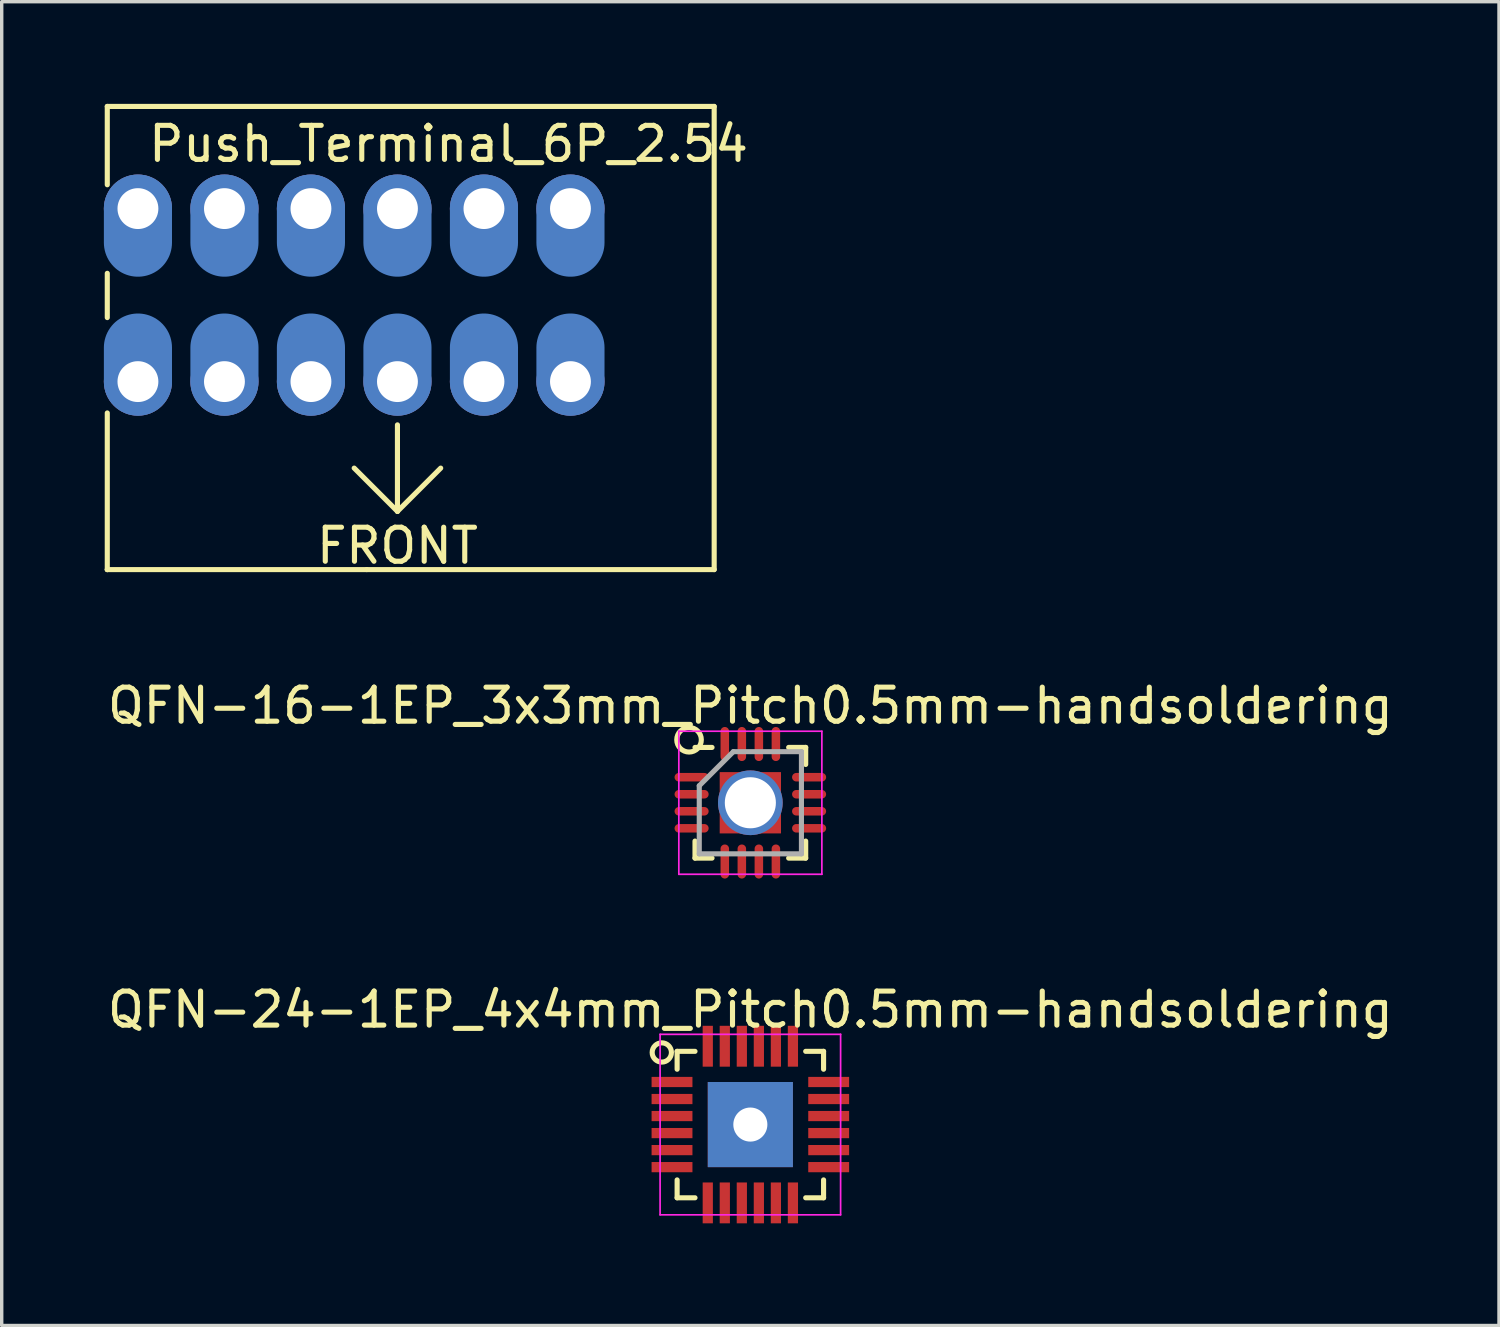
<source format=kicad_pcb>
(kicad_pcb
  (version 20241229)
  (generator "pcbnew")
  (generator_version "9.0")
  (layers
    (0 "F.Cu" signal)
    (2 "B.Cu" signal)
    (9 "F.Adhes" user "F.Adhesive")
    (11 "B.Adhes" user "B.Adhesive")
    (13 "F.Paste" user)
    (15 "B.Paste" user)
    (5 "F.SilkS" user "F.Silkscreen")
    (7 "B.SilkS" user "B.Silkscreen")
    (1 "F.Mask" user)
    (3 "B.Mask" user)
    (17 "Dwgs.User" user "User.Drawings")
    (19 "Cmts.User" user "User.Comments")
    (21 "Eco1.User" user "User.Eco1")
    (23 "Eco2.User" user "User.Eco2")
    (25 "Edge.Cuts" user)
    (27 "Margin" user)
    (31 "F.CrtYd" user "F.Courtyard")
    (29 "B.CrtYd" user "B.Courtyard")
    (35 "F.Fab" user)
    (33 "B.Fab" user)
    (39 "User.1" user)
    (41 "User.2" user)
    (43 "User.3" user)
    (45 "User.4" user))
  (footprint "QFN-16-1EP_3x3mm_Pitch0.5mm-handsoldering"
    (layer "F.Cu")
    (at 18.982 20.521)
    (property "Reference" "QFN-16-1EP_3x3mm_Pitch0.5mm-handsoldering" (at 0 -2.85 0) (layer "F.SilkS") (effects (font (size 1 1) (thickness 0.15))))
    (attr smd)
    (fp_line (start -1.625 -1.625) (end -1.125 -1.625) (stroke (width 0.15) (type solid)) (layer "F.SilkS"))
    (fp_line (start -1.625 1.625) (end -1.625 1.125) (stroke (width 0.15) (type solid)) (layer "F.SilkS"))
    (fp_line (start -1.625 1.625) (end -1.125 1.625) (stroke (width 0.15) (type solid)) (layer "F.SilkS"))
    (fp_line (start 1.625 -1.625) (end 1.125 -1.625) (stroke (width 0.15) (type solid)) (layer "F.SilkS"))
    (fp_line (start 1.625 -1.625) (end 1.625 -1.125) (stroke (width 0.15) (type solid)) (layer "F.SilkS"))
    (fp_line (start 1.625 1.625) (end 1.125 1.625) (stroke (width 0.15) (type solid)) (layer "F.SilkS"))
    (fp_line (start 1.625 1.625) (end 1.625 1.125) (stroke (width 0.15) (type solid)) (layer "F.SilkS"))
    (fp_circle (center -1.8 -1.85) (end -1.5 -1.65) (stroke (width 0.15) (type solid)) (fill no) (layer "F.SilkS"))
    (fp_line (start -2.1 -2.1) (end -2.1 2.1) (stroke (width 0.05) (type solid)) (layer "F.CrtYd"))
    (fp_line (start -2.1 -2.1) (end 2.1 -2.1) (stroke (width 0.05) (type solid)) (layer "F.CrtYd"))
    (fp_line (start -2.1 2.1) (end 2.1 2.1) (stroke (width 0.05) (type solid)) (layer "F.CrtYd"))
    (fp_line (start 2.1 -2.1) (end 2.1 2.1) (stroke (width 0.05) (type solid)) (layer "F.CrtYd"))
    (fp_line (start -1.5 -0.5) (end -0.5 -1.5) (stroke (width 0.15) (type solid)) (layer "F.Fab"))
    (fp_line (start -1.5 1.5) (end -1.5 -0.5) (stroke (width 0.15) (type solid)) (layer "F.Fab"))
    (fp_line (start -0.5 -1.5) (end 1.5 -1.5) (stroke (width 0.15) (type solid)) (layer "F.Fab"))
    (fp_line (start 1.5 -1.5) (end 1.5 1.5) (stroke (width 0.15) (type solid)) (layer "F.Fab"))
    (fp_line (start 1.5 1.5) (end -1.5 1.5) (stroke (width 0.15) (type solid)) (layer "F.Fab"))
    (pad "1" smd oval (at -1.725 -0.75) (size 1 0.25) (layers "F.Cu" "F.Mask" "F.Paste"))
    (pad "2" smd oval (at -1.725 -0.25) (size 1 0.25) (layers "F.Cu" "F.Mask" "F.Paste"))
    (pad "3" smd oval (at -1.725 0.25) (size 1 0.25) (layers "F.Cu" "F.Mask" "F.Paste"))
    (pad "4" smd oval (at -1.725 0.75) (size 1 0.25) (layers "F.Cu" "F.Mask" "F.Paste"))
    (pad "5" smd oval (at -0.75 1.725 90) (size 1 0.25) (layers "F.Cu" "F.Mask" "F.Paste"))
    (pad "6" smd oval (at -0.25 1.725 90) (size 1 0.25) (layers "F.Cu" "F.Mask" "F.Paste"))
    (pad "7" smd oval (at 0.25 1.725 90) (size 1 0.25) (layers "F.Cu" "F.Mask" "F.Paste"))
    (pad "8" smd oval (at 0.75 1.725 90) (size 1 0.25) (layers "F.Cu" "F.Mask" "F.Paste"))
    (pad "9" smd oval (at 1.725 0.75) (size 1 0.25) (layers "F.Cu" "F.Mask" "F.Paste"))
    (pad "10" smd oval (at 1.725 0.25) (size 1 0.25) (layers "F.Cu" "F.Mask" "F.Paste"))
    (pad "11" smd oval (at 1.725 -0.25) (size 1 0.25) (layers "F.Cu" "F.Mask" "F.Paste"))
    (pad "12" smd oval (at 1.725 -0.75) (size 1 0.25) (layers "F.Cu" "F.Mask" "F.Paste"))
    (pad "13" smd oval (at 0.75 -1.725 90) (size 1 0.25) (layers "F.Cu" "F.Mask" "F.Paste"))
    (pad "14" smd oval (at 0.25 -1.725 90) (size 1 0.25) (layers "F.Cu" "F.Mask" "F.Paste"))
    (pad "15" smd oval (at -0.25 -1.725 90) (size 1 0.25) (layers "F.Cu" "F.Mask" "F.Paste"))
    (pad "16" smd oval (at -0.75 -1.725 90) (size 1 0.25) (layers "F.Cu" "F.Mask" "F.Paste"))
    (pad "17" smd rect (at -0.45 -0.45) (size 0.9 0.9) (layers "F.Cu" "F.Mask" "F.Paste"))
    (pad "17" smd rect (at -0.45 0.45) (size 0.9 0.9) (layers "F.Cu" "F.Mask" "F.Paste"))
    (pad "17" thru_hole circle (at 0 0) (size 1.9 1.9) (drill 1.5) (layers "*.Cu" "*.Mask"))
    (pad "17" smd rect (at 0.45 -0.45) (size 0.9 0.9) (layers "F.Cu" "F.Mask" "F.Paste"))
    (pad "17" smd rect (at 0.45 0.45) (size 0.9 0.9) (layers "F.Cu" "F.Mask" "F.Paste")))
  (footprint "Push_Terminal_6P_2.54"
    (layer "F.Cu")
    (at 8.62 3.075)
    (property "Reference" "Push_Terminal_6P_2.54" (at 1.5 -1.9 0) (layer "F.SilkS") (effects (font (size 1 1) (thickness 0.15))))
    (attr through_hole)
    (fp_line (start -8.52 -3) (end -8.52 -0.7) (stroke (width 0.15) (type solid)) (layer "F.SilkS"))
    (fp_line (start -8.52 -3) (end 9.3 -3) (stroke (width 0.15) (type solid)) (layer "F.SilkS"))
    (fp_line (start -8.52 1.9) (end -8.52 3.2) (stroke (width 0.15) (type solid)) (layer "F.SilkS"))
    (fp_line (start -8.52 6) (end -8.52 10.6) (stroke (width 0.15) (type solid)) (layer "F.SilkS"))
    (fp_line (start -8.52 10.6) (end -8.52 10.6) (stroke (width 0.15) (type solid)) (layer "F.SilkS"))
    (fp_line (start -0.9 10.6) (end -0.9 10.6) (stroke (width 0.15) (type solid)) (layer "F.SilkS"))
    (fp_line (start 0 6.35) (end 0 8.89) (stroke (width 0.15) (type solid)) (layer "F.SilkS"))
    (fp_line (start 0 8.89) (end -1.27 7.62) (stroke (width 0.15) (type solid)) (layer "F.SilkS"))
    (fp_line (start 1.27 7.62) (end 0 8.89) (stroke (width 0.15) (type solid)) (layer "F.SilkS"))
    (fp_line (start 9.3 -3) (end 9.3 10.6) (stroke (width 0.15) (type solid)) (layer "F.SilkS"))
    (fp_line (start 9.3 10.6) (end -8.52 10.6) (stroke (width 0.15) (type solid)) (layer "F.SilkS"))
    (fp_text user "FRONT" (at 0 9.9 0) (layer "F.SilkS") (effects (font (size 1 1) (thickness 0.15))))
    (pad "1" thru_hole circle (at -7.62 0) (size 2 2) (drill 1.2) (layers "*.Cu" "*.Mask"))
    (pad "1" smd oval (at -7.62 0) (size 2 3) (drill (offset 0 0.5)) (layers "B.Cu" "B.Mask"))
    (pad "1" thru_hole circle (at -7.62 5.08 180) (size 2 2) (drill 1.2) (layers "*.Cu" "*.Mask"))
    (pad "1" smd oval (at -7.62 5.08 180) (size 2 3) (drill (offset 0 0.5)) (layers "B.Cu" "B.Mask"))
    (pad "2" thru_hole circle (at -5.08 0) (size 2 2) (drill 1.2) (layers "*.Cu" "*.Mask"))
    (pad "2" smd oval (at -5.08 0) (size 2 3) (drill (offset 0 0.5)) (layers "B.Cu" "B.Mask"))
    (pad "2" thru_hole circle (at -5.08 5.08 180) (size 2 2) (drill 1.2) (layers "*.Cu" "*.Mask"))
    (pad "2" smd oval (at -5.08 5.08 180) (size 2 3) (drill (offset 0 0.5)) (layers "B.Cu" "B.Mask"))
    (pad "3" thru_hole circle (at -2.54 0) (size 2 2) (drill 1.2) (layers "*.Cu" "*.Mask"))
    (pad "3" smd oval (at -2.54 0) (size 2 3) (drill (offset 0 0.5)) (layers "B.Cu" "B.Mask"))
    (pad "3" thru_hole circle (at -2.54 5.08 180) (size 2 2) (drill 1.2) (layers "*.Cu" "*.Mask"))
    (pad "3" smd oval (at -2.54 5.08 180) (size 2 3) (drill (offset 0 0.5)) (layers "B.Cu" "B.Mask"))
    (pad "4" thru_hole circle (at 0 0) (size 2 2) (drill 1.2) (layers "*.Cu" "*.Mask"))
    (pad "4" smd oval (at 0 0) (size 2 3) (drill (offset 0 0.5)) (layers "B.Cu" "B.Mask"))
    (pad "4" thru_hole circle (at 0 5.08 180) (size 2 2) (drill 1.2) (layers "*.Cu" "*.Mask"))
    (pad "4" smd oval (at 0 5.08 180) (size 2 3) (drill (offset 0 0.5)) (layers "B.Cu" "B.Mask"))
    (pad "5" thru_hole circle (at 2.54 0) (size 2 2) (drill 1.2) (layers "*.Cu" "*.Mask"))
    (pad "5" smd oval (at 2.54 0) (size 2 3) (drill (offset 0 0.5)) (layers "B.Cu" "B.Mask"))
    (pad "5" thru_hole circle (at 2.54 5.08 180) (size 2 2) (drill 1.2) (layers "*.Cu" "*.Mask"))
    (pad "5" smd oval (at 2.54 5.08 180) (size 2 3) (drill (offset 0 0.5)) (layers "B.Cu" "B.Mask"))
    (pad "6" thru_hole circle (at 5.08 0) (size 2 2) (drill 1.2) (layers "*.Cu" "*.Mask"))
    (pad "6" smd oval (at 5.08 0) (size 2 3) (drill (offset 0 0.5)) (layers "B.Cu" "B.Mask"))
    (pad "6" thru_hole circle (at 5.08 5.08 180) (size 2 2) (drill 1.2) (layers "*.Cu" "*.Mask"))
    (pad "6" smd oval (at 5.08 5.08 180) (size 2 3) (drill (offset 0 0.5)) (layers "B.Cu" "B.Mask")))
  (footprint "QFN-24-1EP_4x4mm_Pitch0.5mm-handsoldering"
    (layer "F.Cu")
    (at 18.982 29.97)
    (property "Reference" "QFN-24-1EP_4x4mm_Pitch0.5mm-handsoldering" (at 0 -3.375 0) (layer "F.SilkS") (effects (font (size 1 1) (thickness 0.15))))
    (attr smd)
    (fp_line (start -2.15 -2.15) (end -2.15 -1.625) (stroke (width 0.15) (type solid)) (layer "F.SilkS"))
    (fp_line (start -2.15 -2.15) (end -1.625 -2.15) (stroke (width 0.15) (type solid)) (layer "F.SilkS"))
    (fp_line (start -2.15 2.15) (end -2.15 1.625) (stroke (width 0.15) (type solid)) (layer "F.SilkS"))
    (fp_line (start -2.15 2.15) (end -1.625 2.15) (stroke (width 0.15) (type solid)) (layer "F.SilkS"))
    (fp_line (start 2.15 -2.15) (end 1.625 -2.15) (stroke (width 0.15) (type solid)) (layer "F.SilkS"))
    (fp_line (start 2.15 -2.15) (end 2.15 -1.625) (stroke (width 0.15) (type solid)) (layer "F.SilkS"))
    (fp_line (start 2.15 2.15) (end 1.625 2.15) (stroke (width 0.15) (type solid)) (layer "F.SilkS"))
    (fp_line (start 2.15 2.15) (end 2.15 1.625) (stroke (width 0.15) (type solid)) (layer "F.SilkS"))
    (fp_circle (center -2.6 -2.117) (end -2.4 -1.917) (stroke (width 0.15) (type solid)) (fill no) (layer "F.SilkS"))
    (fp_line (start -2.65 -2.65) (end -2.65 2.65) (stroke (width 0.05) (type solid)) (layer "F.CrtYd"))
    (fp_line (start -2.65 -2.65) (end 2.65 -2.65) (stroke (width 0.05) (type solid)) (layer "F.CrtYd"))
    (fp_line (start -2.65 2.65) (end 2.65 2.65) (stroke (width 0.05) (type solid)) (layer "F.CrtYd"))
    (fp_line (start 2.65 -2.65) (end 2.65 2.65) (stroke (width 0.05) (type solid)) (layer "F.CrtYd"))
    (pad "1" smd rect (at -2.3 -1.25) (size 1.2 0.3) (layers "F.Cu" "F.Mask" "F.Paste"))
    (pad "2" smd rect (at -2.3 -0.75) (size 1.2 0.3) (layers "F.Cu" "F.Mask" "F.Paste"))
    (pad "3" smd rect (at -2.3 -0.25) (size 1.2 0.3) (layers "F.Cu" "F.Mask" "F.Paste"))
    (pad "4" smd rect (at -2.3 0.25) (size 1.2 0.3) (layers "F.Cu" "F.Mask" "F.Paste"))
    (pad "5" smd rect (at -2.3 0.75) (size 1.2 0.3) (layers "F.Cu" "F.Mask" "F.Paste"))
    (pad "6" smd rect (at -2.3 1.25) (size 1.2 0.3) (layers "F.Cu" "F.Mask" "F.Paste"))
    (pad "7" smd rect (at -1.25 2.3 90) (size 1.2 0.3) (layers "F.Cu" "F.Mask" "F.Paste"))
    (pad "8" smd rect (at -0.75 2.3 90) (size 1.2 0.3) (layers "F.Cu" "F.Mask" "F.Paste"))
    (pad "9" smd rect (at -0.25 2.3 90) (size 1.2 0.3) (layers "F.Cu" "F.Mask" "F.Paste"))
    (pad "10" smd rect (at 0.25 2.3 90) (size 1.2 0.3) (layers "F.Cu" "F.Mask" "F.Paste"))
    (pad "11" smd rect (at 0.75 2.3 90) (size 1.2 0.3) (layers "F.Cu" "F.Mask" "F.Paste"))
    (pad "12" smd rect (at 1.25 2.3 90) (size 1.2 0.3) (layers "F.Cu" "F.Mask" "F.Paste"))
    (pad "13" smd rect (at 2.3 1.25) (size 1.2 0.3) (layers "F.Cu" "F.Mask" "F.Paste"))
    (pad "14" smd rect (at 2.3 0.75) (size 1.2 0.3) (layers "F.Cu" "F.Mask" "F.Paste"))
    (pad "15" smd rect (at 2.3 0.25) (size 1.2 0.3) (layers "F.Cu" "F.Mask" "F.Paste"))
    (pad "16" smd rect (at 2.3 -0.25) (size 1.2 0.3) (layers "F.Cu" "F.Mask" "F.Paste"))
    (pad "17" smd rect (at 2.3 -0.75) (size 1.2 0.3) (layers "F.Cu" "F.Mask" "F.Paste"))
    (pad "18" smd rect (at 2.3 -1.25) (size 1.2 0.3) (layers "F.Cu" "F.Mask" "F.Paste"))
    (pad "19" smd rect (at 1.25 -2.3 90) (size 1.2 0.3) (layers "F.Cu" "F.Mask" "F.Paste"))
    (pad "20" smd rect (at 0.75 -2.3 90) (size 1.2 0.3) (layers "F.Cu" "F.Mask" "F.Paste"))
    (pad "21" smd rect (at 0.25 -2.3 90) (size 1.2 0.3) (layers "F.Cu" "F.Mask" "F.Paste"))
    (pad "22" smd rect (at -0.25 -2.3 90) (size 1.2 0.3) (layers "F.Cu" "F.Mask" "F.Paste"))
    (pad "23" smd rect (at -0.75 -2.3 90) (size 1.2 0.3) (layers "F.Cu" "F.Mask" "F.Paste"))
    (pad "24" smd rect (at -1.25 -2.3 90) (size 1.2 0.3) (layers "F.Cu" "F.Mask" "F.Paste"))
    (pad "25" thru_hole rect (at 0 0) (size 2.5 2.5) (drill 1) (layers "*.Cu" "*.Mask")))
  (gr_rect
    (start -3 -3)
    (end 40.964 35.87)
    (stroke (width 0.1) (type default))
    (fill no)
    (layer "Edge.Cuts")))
</source>
